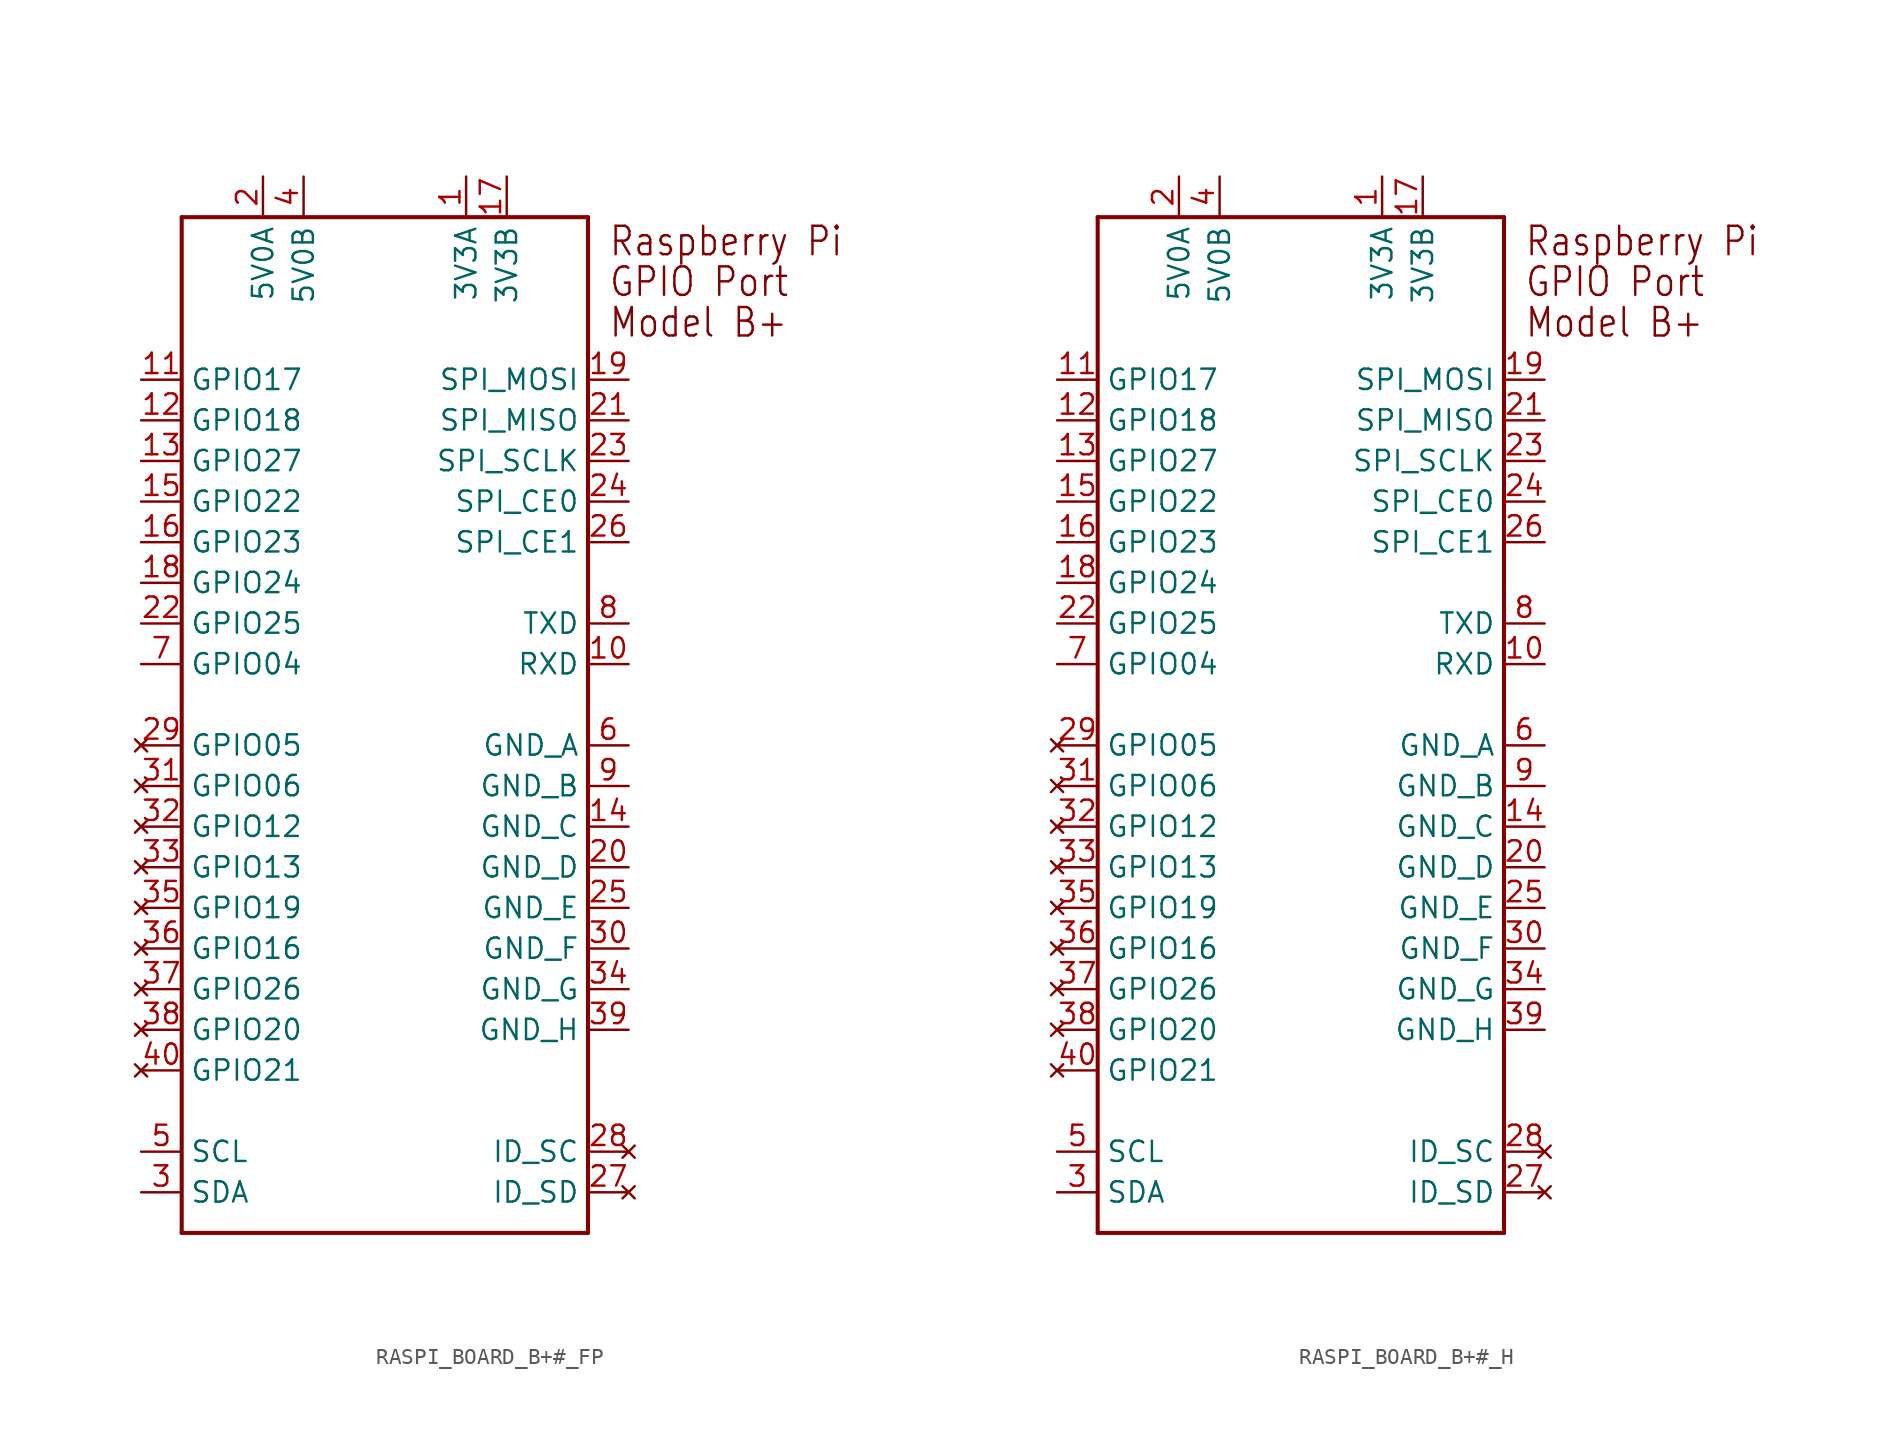
<source format=kicad_sym>
(kicad_symbol_lib
  (version 20220914)
  (generator kicad_symbol_editor)
  (symbol "RASPI_BOARD_B+#_FP"
    (property "Reference" "X"
      (at 0 0 0)
      (effects (font (size 1.27 1.27)) hide))
    (property "ki_locked" ""
      (at 0 0 0)
      (effects (font (size 1.27 1.27))))
    (symbol "RASPI_BOARD_B+#_FP_1_0"
      (polyline (pts (xy -12.7 -38.1) (xy -12.7 25.4)) (stroke (width 0.254) (type solid)) (fill (type none)))
      (polyline (pts (xy -12.7 25.4) (xy 12.7 25.4)) (stroke (width 0.254) (type solid)) (fill (type none)))
      (polyline (pts (xy 12.7 -38.1) (xy -12.7 -38.1)) (stroke (width 0.254) (type solid)) (fill (type none)))
      (polyline (pts (xy 12.7 25.4) (xy 12.7 -38.1)) (stroke (width 0.254) (type solid)) (fill (type none)))
      (text "GPIO Port" (at 13.97 20.32 0) (effects (font (size 1.778 1.511)) (justify left bottom)))
      (text "Model B+" (at 13.97 17.78 0) (effects (font (size 1.778 1.511)) (justify left bottom)))
      (text "Raspberry Pi" (at 13.97 22.86 0) (effects (font (size 1.778 1.511)) (justify left bottom)))
      (pin power_in line (at 5.08 27.94 270) (length 2.54) (name "3V3A" (effects (font (size 1.27 1.27)))) (number "1" (effects (font (size 1.27 1.27)))))
      (pin bidirectional line (at 15.24 -2.54 180) (length 2.54) (name "RXD" (effects (font (size 1.27 1.27)))) (number "10" (effects (font (size 1.27 1.27)))))
      (pin bidirectional line (at -15.24 15.24 0) (length 2.54) (name "GPIO17" (effects (font (size 1.27 1.27)))) (number "11" (effects (font (size 1.27 1.27)))))
      (pin bidirectional line (at -15.24 12.7 0) (length 2.54) (name "GPIO18" (effects (font (size 1.27 1.27)))) (number "12" (effects (font (size 1.27 1.27)))))
      (pin bidirectional line (at -15.24 10.16 0) (length 2.54) (name "GPIO27" (effects (font (size 1.27 1.27)))) (number "13" (effects (font (size 1.27 1.27)))))
      (pin power_in line (at 15.24 -12.7 180) (length 2.54) (name "GND_C" (effects (font (size 1.27 1.27)))) (number "14" (effects (font (size 1.27 1.27)))))
      (pin bidirectional line (at -15.24 7.62 0) (length 2.54) (name "GPIO22" (effects (font (size 1.27 1.27)))) (number "15" (effects (font (size 1.27 1.27)))))
      (pin bidirectional line (at -15.24 5.08 0) (length 2.54) (name "GPIO23" (effects (font (size 1.27 1.27)))) (number "16" (effects (font (size 1.27 1.27)))))
      (pin power_in line (at 7.62 27.94 270) (length 2.54) (name "3V3B" (effects (font (size 1.27 1.27)))) (number "17" (effects (font (size 1.27 1.27)))))
      (pin bidirectional line (at -15.24 2.54 0) (length 2.54) (name "GPIO24" (effects (font (size 1.27 1.27)))) (number "18" (effects (font (size 1.27 1.27)))))
      (pin bidirectional line (at 15.24 15.24 180) (length 2.54) (name "SPI_MOSI" (effects (font (size 1.27 1.27)))) (number "19" (effects (font (size 1.27 1.27)))))
      (pin power_in line (at -7.62 27.94 270) (length 2.54) (name "5V0A" (effects (font (size 1.27 1.27)))) (number "2" (effects (font (size 1.27 1.27)))))
      (pin power_in line (at 15.24 -15.24 180) (length 2.54) (name "GND_D" (effects (font (size 1.27 1.27)))) (number "20" (effects (font (size 1.27 1.27)))))
      (pin bidirectional line (at 15.24 12.7 180) (length 2.54) (name "SPI_MISO" (effects (font (size 1.27 1.27)))) (number "21" (effects (font (size 1.27 1.27)))))
      (pin bidirectional line (at -15.24 0 0) (length 2.54) (name "GPIO25" (effects (font (size 1.27 1.27)))) (number "22" (effects (font (size 1.27 1.27)))))
      (pin bidirectional line (at 15.24 10.16 180) (length 2.54) (name "SPI_SCLK" (effects (font (size 1.27 1.27)))) (number "23" (effects (font (size 1.27 1.27)))))
      (pin bidirectional line (at 15.24 7.62 180) (length 2.54) (name "SPI_CE0" (effects (font (size 1.27 1.27)))) (number "24" (effects (font (size 1.27 1.27)))))
      (pin power_in line (at 15.24 -17.78 180) (length 2.54) (name "GND_E" (effects (font (size 1.27 1.27)))) (number "25" (effects (font (size 1.27 1.27)))))
      (pin bidirectional line (at 15.24 5.08 180) (length 2.54) (name "SPI_CE1" (effects (font (size 1.27 1.27)))) (number "26" (effects (font (size 1.27 1.27)))))
      (pin no_connect line (at 15.24 -35.56 180) (length 2.54) (name "ID_SD" (effects (font (size 1.27 1.27)))) (number "27" (effects (font (size 1.27 1.27)))))
      (pin no_connect line (at 15.24 -33.02 180) (length 2.54) (name "ID_SC" (effects (font (size 1.27 1.27)))) (number "28" (effects (font (size 1.27 1.27)))))
      (pin no_connect line (at -15.24 -7.62 0) (length 2.54) (name "GPIO05" (effects (font (size 1.27 1.27)))) (number "29" (effects (font (size 1.27 1.27)))))
      (pin bidirectional line (at -15.24 -35.56 0) (length 2.54) (name "SDA" (effects (font (size 1.27 1.27)))) (number "3" (effects (font (size 1.27 1.27)))))
      (pin power_in line (at 15.24 -20.32 180) (length 2.54) (name "GND_F" (effects (font (size 1.27 1.27)))) (number "30" (effects (font (size 1.27 1.27)))))
      (pin no_connect line (at -15.24 -10.16 0) (length 2.54) (name "GPIO06" (effects (font (size 1.27 1.27)))) (number "31" (effects (font (size 1.27 1.27)))))
      (pin no_connect line (at -15.24 -12.7 0) (length 2.54) (name "GPIO12" (effects (font (size 1.27 1.27)))) (number "32" (effects (font (size 1.27 1.27)))))
      (pin no_connect line (at -15.24 -15.24 0) (length 2.54) (name "GPIO13" (effects (font (size 1.27 1.27)))) (number "33" (effects (font (size 1.27 1.27)))))
      (pin power_in line (at 15.24 -22.86 180) (length 2.54) (name "GND_G" (effects (font (size 1.27 1.27)))) (number "34" (effects (font (size 1.27 1.27)))))
      (pin no_connect line (at -15.24 -17.78 0) (length 2.54) (name "GPIO19" (effects (font (size 1.27 1.27)))) (number "35" (effects (font (size 1.27 1.27)))))
      (pin no_connect line (at -15.24 -20.32 0) (length 2.54) (name "GPIO16" (effects (font (size 1.27 1.27)))) (number "36" (effects (font (size 1.27 1.27)))))
      (pin no_connect line (at -15.24 -22.86 0) (length 2.54) (name "GPIO26" (effects (font (size 1.27 1.27)))) (number "37" (effects (font (size 1.27 1.27)))))
      (pin no_connect line (at -15.24 -25.4 0) (length 2.54) (name "GPIO20" (effects (font (size 1.27 1.27)))) (number "38" (effects (font (size 1.27 1.27)))))
      (pin power_in line (at 15.24 -25.4 180) (length 2.54) (name "GND_H" (effects (font (size 1.27 1.27)))) (number "39" (effects (font (size 1.27 1.27)))))
      (pin power_in line (at -5.08 27.94 270) (length 2.54) (name "5V0B" (effects (font (size 1.27 1.27)))) (number "4" (effects (font (size 1.27 1.27)))))
      (pin no_connect line (at -15.24 -27.94 0) (length 2.54) (name "GPIO21" (effects (font (size 1.27 1.27)))) (number "40" (effects (font (size 1.27 1.27)))))
      (pin bidirectional line (at -15.24 -33.02 0) (length 2.54) (name "SCL" (effects (font (size 1.27 1.27)))) (number "5" (effects (font (size 1.27 1.27)))))
      (pin power_in line (at 15.24 -7.62 180) (length 2.54) (name "GND_A" (effects (font (size 1.27 1.27)))) (number "6" (effects (font (size 1.27 1.27)))))
      (pin bidirectional line (at -15.24 -2.54 0) (length 2.54) (name "GPIO04" (effects (font (size 1.27 1.27)))) (number "7" (effects (font (size 1.27 1.27)))))
      (pin bidirectional line (at 15.24 0 180) (length 2.54) (name "TXD" (effects (font (size 1.27 1.27)))) (number "8" (effects (font (size 1.27 1.27)))))
      (pin power_in line (at 15.24 -10.16 180) (length 2.54) (name "GND_B" (effects (font (size 1.27 1.27)))) (number "9" (effects (font (size 1.27 1.27)))))))
  (symbol "RASPI_BOARD_B+#_H"
    (property "Reference" "X"
      (at 0 0 0)
      (effects (font (size 1.27 1.27)) hide))
    (property "ki_locked" ""
      (at 0 0 0)
      (effects (font (size 1.27 1.27))))
    (symbol "RASPI_BOARD_B+#_H_1_0"
      (polyline (pts (xy -12.7 -38.1) (xy -12.7 25.4)) (stroke (width 0.254) (type solid)) (fill (type none)))
      (polyline (pts (xy -12.7 25.4) (xy 12.7 25.4)) (stroke (width 0.254) (type solid)) (fill (type none)))
      (polyline (pts (xy 12.7 -38.1) (xy -12.7 -38.1)) (stroke (width 0.254) (type solid)) (fill (type none)))
      (polyline (pts (xy 12.7 25.4) (xy 12.7 -38.1)) (stroke (width 0.254) (type solid)) (fill (type none)))
      (text "GPIO Port" (at 13.97 20.32 0) (effects (font (size 1.778 1.511)) (justify left bottom)))
      (text "Model B+" (at 13.97 17.78 0) (effects (font (size 1.778 1.511)) (justify left bottom)))
      (text "Raspberry Pi" (at 13.97 22.86 0) (effects (font (size 1.778 1.511)) (justify left bottom)))
      (pin power_in line (at 5.08 27.94 270) (length 2.54) (name "3V3A" (effects (font (size 1.27 1.27)))) (number "1" (effects (font (size 1.27 1.27)))))
      (pin bidirectional line (at 15.24 -2.54 180) (length 2.54) (name "RXD" (effects (font (size 1.27 1.27)))) (number "10" (effects (font (size 1.27 1.27)))))
      (pin bidirectional line (at -15.24 15.24 0) (length 2.54) (name "GPIO17" (effects (font (size 1.27 1.27)))) (number "11" (effects (font (size 1.27 1.27)))))
      (pin bidirectional line (at -15.24 12.7 0) (length 2.54) (name "GPIO18" (effects (font (size 1.27 1.27)))) (number "12" (effects (font (size 1.27 1.27)))))
      (pin bidirectional line (at -15.24 10.16 0) (length 2.54) (name "GPIO27" (effects (font (size 1.27 1.27)))) (number "13" (effects (font (size 1.27 1.27)))))
      (pin power_in line (at 15.24 -12.7 180) (length 2.54) (name "GND_C" (effects (font (size 1.27 1.27)))) (number "14" (effects (font (size 1.27 1.27)))))
      (pin bidirectional line (at -15.24 7.62 0) (length 2.54) (name "GPIO22" (effects (font (size 1.27 1.27)))) (number "15" (effects (font (size 1.27 1.27)))))
      (pin bidirectional line (at -15.24 5.08 0) (length 2.54) (name "GPIO23" (effects (font (size 1.27 1.27)))) (number "16" (effects (font (size 1.27 1.27)))))
      (pin power_in line (at 7.62 27.94 270) (length 2.54) (name "3V3B" (effects (font (size 1.27 1.27)))) (number "17" (effects (font (size 1.27 1.27)))))
      (pin bidirectional line (at -15.24 2.54 0) (length 2.54) (name "GPIO24" (effects (font (size 1.27 1.27)))) (number "18" (effects (font (size 1.27 1.27)))))
      (pin bidirectional line (at 15.24 15.24 180) (length 2.54) (name "SPI_MOSI" (effects (font (size 1.27 1.27)))) (number "19" (effects (font (size 1.27 1.27)))))
      (pin power_in line (at -7.62 27.94 270) (length 2.54) (name "5V0A" (effects (font (size 1.27 1.27)))) (number "2" (effects (font (size 1.27 1.27)))))
      (pin power_in line (at 15.24 -15.24 180) (length 2.54) (name "GND_D" (effects (font (size 1.27 1.27)))) (number "20" (effects (font (size 1.27 1.27)))))
      (pin bidirectional line (at 15.24 12.7 180) (length 2.54) (name "SPI_MISO" (effects (font (size 1.27 1.27)))) (number "21" (effects (font (size 1.27 1.27)))))
      (pin bidirectional line (at -15.24 0 0) (length 2.54) (name "GPIO25" (effects (font (size 1.27 1.27)))) (number "22" (effects (font (size 1.27 1.27)))))
      (pin bidirectional line (at 15.24 10.16 180) (length 2.54) (name "SPI_SCLK" (effects (font (size 1.27 1.27)))) (number "23" (effects (font (size 1.27 1.27)))))
      (pin bidirectional line (at 15.24 7.62 180) (length 2.54) (name "SPI_CE0" (effects (font (size 1.27 1.27)))) (number "24" (effects (font (size 1.27 1.27)))))
      (pin power_in line (at 15.24 -17.78 180) (length 2.54) (name "GND_E" (effects (font (size 1.27 1.27)))) (number "25" (effects (font (size 1.27 1.27)))))
      (pin bidirectional line (at 15.24 5.08 180) (length 2.54) (name "SPI_CE1" (effects (font (size 1.27 1.27)))) (number "26" (effects (font (size 1.27 1.27)))))
      (pin no_connect line (at 15.24 -35.56 180) (length 2.54) (name "ID_SD" (effects (font (size 1.27 1.27)))) (number "27" (effects (font (size 1.27 1.27)))))
      (pin no_connect line (at 15.24 -33.02 180) (length 2.54) (name "ID_SC" (effects (font (size 1.27 1.27)))) (number "28" (effects (font (size 1.27 1.27)))))
      (pin no_connect line (at -15.24 -7.62 0) (length 2.54) (name "GPIO05" (effects (font (size 1.27 1.27)))) (number "29" (effects (font (size 1.27 1.27)))))
      (pin bidirectional line (at -15.24 -35.56 0) (length 2.54) (name "SDA" (effects (font (size 1.27 1.27)))) (number "3" (effects (font (size 1.27 1.27)))))
      (pin power_in line (at 15.24 -20.32 180) (length 2.54) (name "GND_F" (effects (font (size 1.27 1.27)))) (number "30" (effects (font (size 1.27 1.27)))))
      (pin no_connect line (at -15.24 -10.16 0) (length 2.54) (name "GPIO06" (effects (font (size 1.27 1.27)))) (number "31" (effects (font (size 1.27 1.27)))))
      (pin no_connect line (at -15.24 -12.7 0) (length 2.54) (name "GPIO12" (effects (font (size 1.27 1.27)))) (number "32" (effects (font (size 1.27 1.27)))))
      (pin no_connect line (at -15.24 -15.24 0) (length 2.54) (name "GPIO13" (effects (font (size 1.27 1.27)))) (number "33" (effects (font (size 1.27 1.27)))))
      (pin power_in line (at 15.24 -22.86 180) (length 2.54) (name "GND_G" (effects (font (size 1.27 1.27)))) (number "34" (effects (font (size 1.27 1.27)))))
      (pin no_connect line (at -15.24 -17.78 0) (length 2.54) (name "GPIO19" (effects (font (size 1.27 1.27)))) (number "35" (effects (font (size 1.27 1.27)))))
      (pin no_connect line (at -15.24 -20.32 0) (length 2.54) (name "GPIO16" (effects (font (size 1.27 1.27)))) (number "36" (effects (font (size 1.27 1.27)))))
      (pin no_connect line (at -15.24 -22.86 0) (length 2.54) (name "GPIO26" (effects (font (size 1.27 1.27)))) (number "37" (effects (font (size 1.27 1.27)))))
      (pin no_connect line (at -15.24 -25.4 0) (length 2.54) (name "GPIO20" (effects (font (size 1.27 1.27)))) (number "38" (effects (font (size 1.27 1.27)))))
      (pin power_in line (at 15.24 -25.4 180) (length 2.54) (name "GND_H" (effects (font (size 1.27 1.27)))) (number "39" (effects (font (size 1.27 1.27)))))
      (pin power_in line (at -5.08 27.94 270) (length 2.54) (name "5V0B" (effects (font (size 1.27 1.27)))) (number "4" (effects (font (size 1.27 1.27)))))
      (pin no_connect line (at -15.24 -27.94 0) (length 2.54) (name "GPIO21" (effects (font (size 1.27 1.27)))) (number "40" (effects (font (size 1.27 1.27)))))
      (pin bidirectional line (at -15.24 -33.02 0) (length 2.54) (name "SCL" (effects (font (size 1.27 1.27)))) (number "5" (effects (font (size 1.27 1.27)))))
      (pin power_in line (at 15.24 -7.62 180) (length 2.54) (name "GND_A" (effects (font (size 1.27 1.27)))) (number "6" (effects (font (size 1.27 1.27)))))
      (pin bidirectional line (at -15.24 -2.54 0) (length 2.54) (name "GPIO04" (effects (font (size 1.27 1.27)))) (number "7" (effects (font (size 1.27 1.27)))))
      (pin bidirectional line (at 15.24 0 180) (length 2.54) (name "TXD" (effects (font (size 1.27 1.27)))) (number "8" (effects (font (size 1.27 1.27)))))
      (pin power_in line (at 15.24 -10.16 180) (length 2.54) (name "GND_B" (effects (font (size 1.27 1.27)))) (number "9" (effects (font (size 1.27 1.27))))))))
</source>
